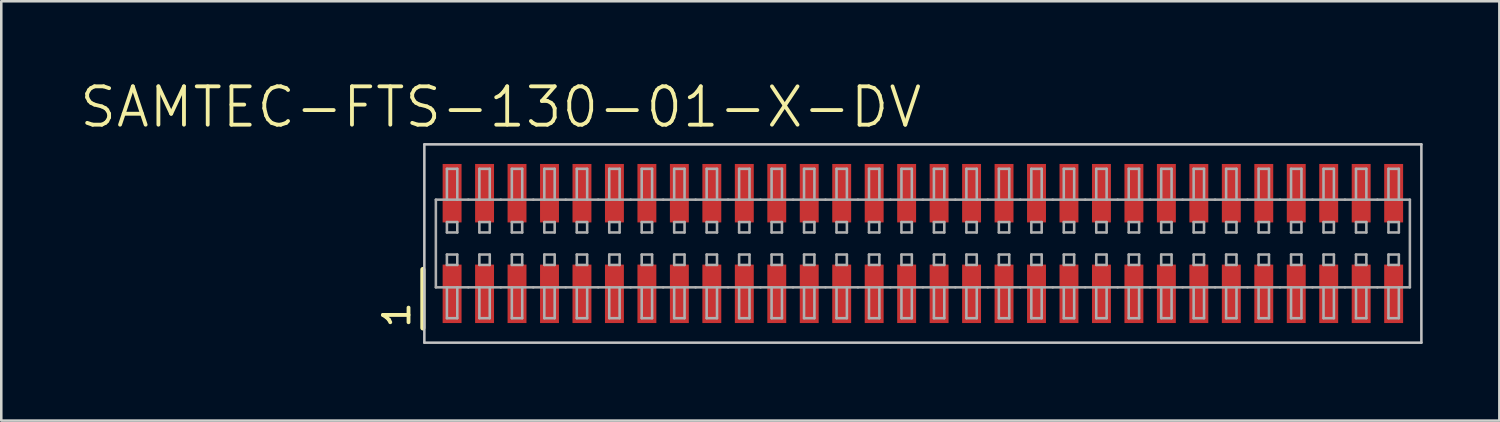
<source format=kicad_pcb>
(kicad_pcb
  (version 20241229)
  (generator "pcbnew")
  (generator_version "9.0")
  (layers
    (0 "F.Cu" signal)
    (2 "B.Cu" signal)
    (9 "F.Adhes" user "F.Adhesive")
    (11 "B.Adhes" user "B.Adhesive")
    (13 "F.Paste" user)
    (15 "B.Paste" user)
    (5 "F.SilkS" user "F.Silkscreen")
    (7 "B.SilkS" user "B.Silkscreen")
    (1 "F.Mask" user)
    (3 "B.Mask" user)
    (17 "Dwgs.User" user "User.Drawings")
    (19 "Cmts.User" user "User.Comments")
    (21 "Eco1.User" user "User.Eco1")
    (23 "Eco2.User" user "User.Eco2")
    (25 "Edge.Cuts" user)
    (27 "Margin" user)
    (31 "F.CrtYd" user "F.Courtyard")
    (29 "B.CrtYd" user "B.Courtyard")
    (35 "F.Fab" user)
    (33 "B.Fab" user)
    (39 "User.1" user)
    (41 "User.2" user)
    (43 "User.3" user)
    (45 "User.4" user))
  (footprint "SAMTEC-FTS-130-01-X-DV"
    (layer "F.Cu")
    (at 33.049 6.475)
    (property "Reference" "SAMTEC-FTS-130-01-X-DV" (at -16.51 -5.334 0) (layer "F.SilkS") (effects (font (size 1.5 1.5) (thickness 0.15))))
    (attr through_hole)
    (fp_line (start -19.558 1.016) (end -19.558 3.302) (stroke (width 0.2) (type solid)) (layer "F.SilkS"))
    (fp_line (start -19.5 -3.878) (end -19.5 3.878) (stroke (width 0.1) (type solid)) (layer "Dwgs.User"))
    (fp_line (start -19.5 3.878) (end 19.5 3.878) (stroke (width 0.1) (type solid)) (layer "Dwgs.User"))
    (fp_line (start 19.5 -3.878) (end -19.5 -3.878) (stroke (width 0.1) (type solid)) (layer "Dwgs.User"))
    (fp_line (start 19.5 3.878) (end 19.5 -3.878) (stroke (width 0.1) (type solid)) (layer "Dwgs.User"))
    (fp_line (start -19.05 -1.714) (end -17.78 -1.714) (stroke (width 0.1) (type solid)) (layer "F.Fab"))
    (fp_line (start -19.05 1.714) (end -19.05 -1.714) (stroke (width 0.1) (type solid)) (layer "F.Fab"))
    (fp_line (start -18.618 -2.921) (end -18.212 -2.921) (stroke (width 0.1) (type solid)) (layer "F.Fab"))
    (fp_line (start -18.618 -1.714) (end -18.618 -2.921) (stroke (width 0.1) (type solid)) (layer "F.Fab"))
    (fp_line (start -18.618 -0.838) (end -18.212 -0.838) (stroke (width 0.1) (type solid)) (layer "F.Fab"))
    (fp_line (start -18.618 -0.432) (end -18.618 -0.838) (stroke (width 0.1) (type solid)) (layer "F.Fab"))
    (fp_line (start -18.618 0.432) (end -18.212 0.432) (stroke (width 0.1) (type solid)) (layer "F.Fab"))
    (fp_line (start -18.618 0.838) (end -18.618 0.432) (stroke (width 0.1) (type solid)) (layer "F.Fab"))
    (fp_line (start -18.618 1.714) (end -18.618 2.921) (stroke (width 0.1) (type solid)) (layer "F.Fab"))
    (fp_line (start -18.618 2.921) (end -18.212 2.921) (stroke (width 0.1) (type solid)) (layer "F.Fab"))
    (fp_line (start -18.212 -2.921) (end -18.212 -1.714) (stroke (width 0.1) (type solid)) (layer "F.Fab"))
    (fp_line (start -18.212 -0.838) (end -18.212 -0.432) (stroke (width 0.1) (type solid)) (layer "F.Fab"))
    (fp_line (start -18.212 -0.432) (end -18.618 -0.432) (stroke (width 0.1) (type solid)) (layer "F.Fab"))
    (fp_line (start -18.212 0.432) (end -18.212 0.838) (stroke (width 0.1) (type solid)) (layer "F.Fab"))
    (fp_line (start -18.212 0.838) (end -18.618 0.838) (stroke (width 0.1) (type solid)) (layer "F.Fab"))
    (fp_line (start -18.212 2.921) (end -18.212 1.714) (stroke (width 0.1) (type solid)) (layer "F.Fab"))
    (fp_line (start -17.78 1.714) (end -19.05 1.714) (stroke (width 0.1) (type solid)) (layer "F.Fab"))
    (fp_line (start -17.78 1.714) (end -16.51 1.714) (stroke (width 0.1) (type solid)) (layer "F.Fab"))
    (fp_line (start -17.348 -2.921) (end -17.348 -1.714) (stroke (width 0.1) (type solid)) (layer "F.Fab"))
    (fp_line (start -17.348 -0.838) (end -17.348 -0.432) (stroke (width 0.1) (type solid)) (layer "F.Fab"))
    (fp_line (start -17.348 -0.432) (end -16.942 -0.432) (stroke (width 0.1) (type solid)) (layer "F.Fab"))
    (fp_line (start -17.348 0.432) (end -17.348 0.838) (stroke (width 0.1) (type solid)) (layer "F.Fab"))
    (fp_line (start -17.348 0.838) (end -16.942 0.838) (stroke (width 0.1) (type solid)) (layer "F.Fab"))
    (fp_line (start -17.348 2.921) (end -17.348 1.714) (stroke (width 0.1) (type solid)) (layer "F.Fab"))
    (fp_line (start -16.942 -2.921) (end -17.348 -2.921) (stroke (width 0.1) (type solid)) (layer "F.Fab"))
    (fp_line (start -16.942 -1.714) (end -16.942 -2.921) (stroke (width 0.1) (type solid)) (layer "F.Fab"))
    (fp_line (start -16.942 -0.838) (end -17.348 -0.838) (stroke (width 0.1) (type solid)) (layer "F.Fab"))
    (fp_line (start -16.942 -0.432) (end -16.942 -0.838) (stroke (width 0.1) (type solid)) (layer "F.Fab"))
    (fp_line (start -16.942 0.432) (end -17.348 0.432) (stroke (width 0.1) (type solid)) (layer "F.Fab"))
    (fp_line (start -16.942 0.838) (end -16.942 0.432) (stroke (width 0.1) (type solid)) (layer "F.Fab"))
    (fp_line (start -16.942 1.714) (end -16.942 2.921) (stroke (width 0.1) (type solid)) (layer "F.Fab"))
    (fp_line (start -16.942 2.921) (end -17.348 2.921) (stroke (width 0.1) (type solid)) (layer "F.Fab"))
    (fp_line (start -16.51 -1.714) (end -17.78 -1.714) (stroke (width 0.1) (type solid)) (layer "F.Fab"))
    (fp_line (start -16.51 1.714) (end -15.24 1.714) (stroke (width 0.1) (type solid)) (layer "F.Fab"))
    (fp_line (start -16.078 -2.921) (end -16.078 -1.714) (stroke (width 0.1) (type solid)) (layer "F.Fab"))
    (fp_line (start -16.078 -0.838) (end -16.078 -0.432) (stroke (width 0.1) (type solid)) (layer "F.Fab"))
    (fp_line (start -16.078 -0.432) (end -15.672 -0.432) (stroke (width 0.1) (type solid)) (layer "F.Fab"))
    (fp_line (start -16.078 0.432) (end -16.078 0.838) (stroke (width 0.1) (type solid)) (layer "F.Fab"))
    (fp_line (start -16.078 0.838) (end -15.672 0.838) (stroke (width 0.1) (type solid)) (layer "F.Fab"))
    (fp_line (start -16.078 2.921) (end -16.078 1.714) (stroke (width 0.1) (type solid)) (layer "F.Fab"))
    (fp_line (start -15.672 -2.921) (end -16.078 -2.921) (stroke (width 0.1) (type solid)) (layer "F.Fab"))
    (fp_line (start -15.672 -1.714) (end -15.672 -2.921) (stroke (width 0.1) (type solid)) (layer "F.Fab"))
    (fp_line (start -15.672 -0.838) (end -16.078 -0.838) (stroke (width 0.1) (type solid)) (layer "F.Fab"))
    (fp_line (start -15.672 -0.432) (end -15.672 -0.838) (stroke (width 0.1) (type solid)) (layer "F.Fab"))
    (fp_line (start -15.672 0.432) (end -16.078 0.432) (stroke (width 0.1) (type solid)) (layer "F.Fab"))
    (fp_line (start -15.672 0.838) (end -15.672 0.432) (stroke (width 0.1) (type solid)) (layer "F.Fab"))
    (fp_line (start -15.672 1.714) (end -15.672 2.921) (stroke (width 0.1) (type solid)) (layer "F.Fab"))
    (fp_line (start -15.672 2.921) (end -16.078 2.921) (stroke (width 0.1) (type solid)) (layer "F.Fab"))
    (fp_line (start -15.24 -1.714) (end -16.51 -1.714) (stroke (width 0.1) (type solid)) (layer "F.Fab"))
    (fp_line (start -15.24 1.714) (end -13.97 1.714) (stroke (width 0.1) (type solid)) (layer "F.Fab"))
    (fp_line (start -14.808 -2.921) (end -14.808 -1.714) (stroke (width 0.1) (type solid)) (layer "F.Fab"))
    (fp_line (start -14.808 -0.838) (end -14.808 -0.432) (stroke (width 0.1) (type solid)) (layer "F.Fab"))
    (fp_line (start -14.808 -0.432) (end -14.402 -0.432) (stroke (width 0.1) (type solid)) (layer "F.Fab"))
    (fp_line (start -14.808 0.432) (end -14.808 0.838) (stroke (width 0.1) (type solid)) (layer "F.Fab"))
    (fp_line (start -14.808 0.838) (end -14.402 0.838) (stroke (width 0.1) (type solid)) (layer "F.Fab"))
    (fp_line (start -14.808 2.921) (end -14.808 1.714) (stroke (width 0.1) (type solid)) (layer "F.Fab"))
    (fp_line (start -14.402 -2.921) (end -14.808 -2.921) (stroke (width 0.1) (type solid)) (layer "F.Fab"))
    (fp_line (start -14.402 -1.714) (end -14.402 -2.921) (stroke (width 0.1) (type solid)) (layer "F.Fab"))
    (fp_line (start -14.402 -0.838) (end -14.808 -0.838) (stroke (width 0.1) (type solid)) (layer "F.Fab"))
    (fp_line (start -14.402 -0.432) (end -14.402 -0.838) (stroke (width 0.1) (type solid)) (layer "F.Fab"))
    (fp_line (start -14.402 0.432) (end -14.808 0.432) (stroke (width 0.1) (type solid)) (layer "F.Fab"))
    (fp_line (start -14.402 0.838) (end -14.402 0.432) (stroke (width 0.1) (type solid)) (layer "F.Fab"))
    (fp_line (start -14.402 1.714) (end -14.402 2.921) (stroke (width 0.1) (type solid)) (layer "F.Fab"))
    (fp_line (start -14.402 2.921) (end -14.808 2.921) (stroke (width 0.1) (type solid)) (layer "F.Fab"))
    (fp_line (start -13.97 -1.714) (end -15.24 -1.714) (stroke (width 0.1) (type solid)) (layer "F.Fab"))
    (fp_line (start -13.97 1.714) (end -12.7 1.714) (stroke (width 0.1) (type solid)) (layer "F.Fab"))
    (fp_line (start -13.538 -2.921) (end -13.538 -1.714) (stroke (width 0.1) (type solid)) (layer "F.Fab"))
    (fp_line (start -13.538 -0.838) (end -13.538 -0.432) (stroke (width 0.1) (type solid)) (layer "F.Fab"))
    (fp_line (start -13.538 -0.432) (end -13.132 -0.432) (stroke (width 0.1) (type solid)) (layer "F.Fab"))
    (fp_line (start -13.538 0.432) (end -13.538 0.838) (stroke (width 0.1) (type solid)) (layer "F.Fab"))
    (fp_line (start -13.538 0.838) (end -13.132 0.838) (stroke (width 0.1) (type solid)) (layer "F.Fab"))
    (fp_line (start -13.538 2.921) (end -13.538 1.714) (stroke (width 0.1) (type solid)) (layer "F.Fab"))
    (fp_line (start -13.132 -2.921) (end -13.538 -2.921) (stroke (width 0.1) (type solid)) (layer "F.Fab"))
    (fp_line (start -13.132 -1.714) (end -13.132 -2.921) (stroke (width 0.1) (type solid)) (layer "F.Fab"))
    (fp_line (start -13.132 -0.838) (end -13.538 -0.838) (stroke (width 0.1) (type solid)) (layer "F.Fab"))
    (fp_line (start -13.132 -0.432) (end -13.132 -0.838) (stroke (width 0.1) (type solid)) (layer "F.Fab"))
    (fp_line (start -13.132 0.432) (end -13.538 0.432) (stroke (width 0.1) (type solid)) (layer "F.Fab"))
    (fp_line (start -13.132 0.838) (end -13.132 0.432) (stroke (width 0.1) (type solid)) (layer "F.Fab"))
    (fp_line (start -13.132 1.714) (end -13.132 2.921) (stroke (width 0.1) (type solid)) (layer "F.Fab"))
    (fp_line (start -13.132 2.921) (end -13.538 2.921) (stroke (width 0.1) (type solid)) (layer "F.Fab"))
    (fp_line (start -12.7 -1.714) (end -13.97 -1.714) (stroke (width 0.1) (type solid)) (layer "F.Fab"))
    (fp_line (start -12.7 1.714) (end -11.43 1.714) (stroke (width 0.1) (type solid)) (layer "F.Fab"))
    (fp_line (start -12.268 -2.921) (end -12.268 -1.714) (stroke (width 0.1) (type solid)) (layer "F.Fab"))
    (fp_line (start -12.268 -0.838) (end -12.268 -0.432) (stroke (width 0.1) (type solid)) (layer "F.Fab"))
    (fp_line (start -12.268 -0.432) (end -11.862 -0.432) (stroke (width 0.1) (type solid)) (layer "F.Fab"))
    (fp_line (start -12.268 0.432) (end -12.268 0.838) (stroke (width 0.1) (type solid)) (layer "F.Fab"))
    (fp_line (start -12.268 0.838) (end -11.862 0.838) (stroke (width 0.1) (type solid)) (layer "F.Fab"))
    (fp_line (start -12.268 2.921) (end -12.268 1.714) (stroke (width 0.1) (type solid)) (layer "F.Fab"))
    (fp_line (start -11.862 -2.921) (end -12.268 -2.921) (stroke (width 0.1) (type solid)) (layer "F.Fab"))
    (fp_line (start -11.862 -1.714) (end -11.862 -2.921) (stroke (width 0.1) (type solid)) (layer "F.Fab"))
    (fp_line (start -11.862 -0.838) (end -12.268 -0.838) (stroke (width 0.1) (type solid)) (layer "F.Fab"))
    (fp_line (start -11.862 -0.432) (end -11.862 -0.838) (stroke (width 0.1) (type solid)) (layer "F.Fab"))
    (fp_line (start -11.862 0.432) (end -12.268 0.432) (stroke (width 0.1) (type solid)) (layer "F.Fab"))
    (fp_line (start -11.862 0.838) (end -11.862 0.432) (stroke (width 0.1) (type solid)) (layer "F.Fab"))
    (fp_line (start -11.862 1.714) (end -11.862 2.921) (stroke (width 0.1) (type solid)) (layer "F.Fab"))
    (fp_line (start -11.862 2.921) (end -12.268 2.921) (stroke (width 0.1) (type solid)) (layer "F.Fab"))
    (fp_line (start -11.43 -1.714) (end -12.7 -1.714) (stroke (width 0.1) (type solid)) (layer "F.Fab"))
    (fp_line (start -11.43 1.714) (end -10.16 1.714) (stroke (width 0.1) (type solid)) (layer "F.Fab"))
    (fp_line (start -10.998 -2.921) (end -10.998 -1.714) (stroke (width 0.1) (type solid)) (layer "F.Fab"))
    (fp_line (start -10.998 -0.838) (end -10.998 -0.432) (stroke (width 0.1) (type solid)) (layer "F.Fab"))
    (fp_line (start -10.998 -0.432) (end -10.592 -0.432) (stroke (width 0.1) (type solid)) (layer "F.Fab"))
    (fp_line (start -10.998 0.432) (end -10.998 0.838) (stroke (width 0.1) (type solid)) (layer "F.Fab"))
    (fp_line (start -10.998 0.838) (end -10.592 0.838) (stroke (width 0.1) (type solid)) (layer "F.Fab"))
    (fp_line (start -10.998 2.921) (end -10.998 1.714) (stroke (width 0.1) (type solid)) (layer "F.Fab"))
    (fp_line (start -10.592 -2.921) (end -10.998 -2.921) (stroke (width 0.1) (type solid)) (layer "F.Fab"))
    (fp_line (start -10.592 -1.714) (end -10.592 -2.921) (stroke (width 0.1) (type solid)) (layer "F.Fab"))
    (fp_line (start -10.592 -0.838) (end -10.998 -0.838) (stroke (width 0.1) (type solid)) (layer "F.Fab"))
    (fp_line (start -10.592 -0.432) (end -10.592 -0.838) (stroke (width 0.1) (type solid)) (layer "F.Fab"))
    (fp_line (start -10.592 0.432) (end -10.998 0.432) (stroke (width 0.1) (type solid)) (layer "F.Fab"))
    (fp_line (start -10.592 0.838) (end -10.592 0.432) (stroke (width 0.1) (type solid)) (layer "F.Fab"))
    (fp_line (start -10.592 1.714) (end -10.592 2.921) (stroke (width 0.1) (type solid)) (layer "F.Fab"))
    (fp_line (start -10.592 2.921) (end -10.998 2.921) (stroke (width 0.1) (type solid)) (layer "F.Fab"))
    (fp_line (start -10.16 -1.714) (end -11.43 -1.714) (stroke (width 0.1) (type solid)) (layer "F.Fab"))
    (fp_line (start -10.16 1.714) (end -8.89 1.714) (stroke (width 0.1) (type solid)) (layer "F.Fab"))
    (fp_line (start -9.728 -2.921) (end -9.728 -1.714) (stroke (width 0.1) (type solid)) (layer "F.Fab"))
    (fp_line (start -9.728 -0.838) (end -9.728 -0.432) (stroke (width 0.1) (type solid)) (layer "F.Fab"))
    (fp_line (start -9.728 -0.432) (end -9.322 -0.432) (stroke (width 0.1) (type solid)) (layer "F.Fab"))
    (fp_line (start -9.728 0.432) (end -9.728 0.838) (stroke (width 0.1) (type solid)) (layer "F.Fab"))
    (fp_line (start -9.728 0.838) (end -9.322 0.838) (stroke (width 0.1) (type solid)) (layer "F.Fab"))
    (fp_line (start -9.728 2.921) (end -9.728 1.714) (stroke (width 0.1) (type solid)) (layer "F.Fab"))
    (fp_line (start -9.322 -2.921) (end -9.728 -2.921) (stroke (width 0.1) (type solid)) (layer "F.Fab"))
    (fp_line (start -9.322 -1.714) (end -9.322 -2.921) (stroke (width 0.1) (type solid)) (layer "F.Fab"))
    (fp_line (start -9.322 -0.838) (end -9.728 -0.838) (stroke (width 0.1) (type solid)) (layer "F.Fab"))
    (fp_line (start -9.322 -0.432) (end -9.322 -0.838) (stroke (width 0.1) (type solid)) (layer "F.Fab"))
    (fp_line (start -9.322 0.432) (end -9.728 0.432) (stroke (width 0.1) (type solid)) (layer "F.Fab"))
    (fp_line (start -9.322 0.838) (end -9.322 0.432) (stroke (width 0.1) (type solid)) (layer "F.Fab"))
    (fp_line (start -9.322 1.714) (end -9.322 2.921) (stroke (width 0.1) (type solid)) (layer "F.Fab"))
    (fp_line (start -9.322 2.921) (end -9.728 2.921) (stroke (width 0.1) (type solid)) (layer "F.Fab"))
    (fp_line (start -8.89 -1.714) (end -10.16 -1.714) (stroke (width 0.1) (type solid)) (layer "F.Fab"))
    (fp_line (start -8.89 1.714) (end -7.62 1.714) (stroke (width 0.1) (type solid)) (layer "F.Fab"))
    (fp_line (start -8.458 -2.921) (end -8.458 -1.714) (stroke (width 0.1) (type solid)) (layer "F.Fab"))
    (fp_line (start -8.458 -0.838) (end -8.458 -0.432) (stroke (width 0.1) (type solid)) (layer "F.Fab"))
    (fp_line (start -8.458 -0.432) (end -8.052 -0.432) (stroke (width 0.1) (type solid)) (layer "F.Fab"))
    (fp_line (start -8.458 0.432) (end -8.458 0.838) (stroke (width 0.1) (type solid)) (layer "F.Fab"))
    (fp_line (start -8.458 0.838) (end -8.052 0.838) (stroke (width 0.1) (type solid)) (layer "F.Fab"))
    (fp_line (start -8.458 2.921) (end -8.458 1.714) (stroke (width 0.1) (type solid)) (layer "F.Fab"))
    (fp_line (start -8.052 -2.921) (end -8.458 -2.921) (stroke (width 0.1) (type solid)) (layer "F.Fab"))
    (fp_line (start -8.052 -1.714) (end -8.052 -2.921) (stroke (width 0.1) (type solid)) (layer "F.Fab"))
    (fp_line (start -8.052 -0.838) (end -8.458 -0.838) (stroke (width 0.1) (type solid)) (layer "F.Fab"))
    (fp_line (start -8.052 -0.432) (end -8.052 -0.838) (stroke (width 0.1) (type solid)) (layer "F.Fab"))
    (fp_line (start -8.052 0.432) (end -8.458 0.432) (stroke (width 0.1) (type solid)) (layer "F.Fab"))
    (fp_line (start -8.052 0.838) (end -8.052 0.432) (stroke (width 0.1) (type solid)) (layer "F.Fab"))
    (fp_line (start -8.052 1.714) (end -8.052 2.921) (stroke (width 0.1) (type solid)) (layer "F.Fab"))
    (fp_line (start -8.052 2.921) (end -8.458 2.921) (stroke (width 0.1) (type solid)) (layer "F.Fab"))
    (fp_line (start -7.62 -1.714) (end -8.89 -1.714) (stroke (width 0.1) (type solid)) (layer "F.Fab"))
    (fp_line (start -7.62 1.714) (end -6.35 1.714) (stroke (width 0.1) (type solid)) (layer "F.Fab"))
    (fp_line (start -7.188 -2.921) (end -7.188 -1.714) (stroke (width 0.1) (type solid)) (layer "F.Fab"))
    (fp_line (start -7.188 -0.838) (end -7.188 -0.432) (stroke (width 0.1) (type solid)) (layer "F.Fab"))
    (fp_line (start -7.188 -0.432) (end -6.782 -0.432) (stroke (width 0.1) (type solid)) (layer "F.Fab"))
    (fp_line (start -7.188 0.432) (end -7.188 0.838) (stroke (width 0.1) (type solid)) (layer "F.Fab"))
    (fp_line (start -7.188 0.838) (end -6.782 0.838) (stroke (width 0.1) (type solid)) (layer "F.Fab"))
    (fp_line (start -7.188 2.921) (end -7.188 1.714) (stroke (width 0.1) (type solid)) (layer "F.Fab"))
    (fp_line (start -6.782 -2.921) (end -7.188 -2.921) (stroke (width 0.1) (type solid)) (layer "F.Fab"))
    (fp_line (start -6.782 -1.714) (end -6.782 -2.921) (stroke (width 0.1) (type solid)) (layer "F.Fab"))
    (fp_line (start -6.782 -0.838) (end -7.188 -0.838) (stroke (width 0.1) (type solid)) (layer "F.Fab"))
    (fp_line (start -6.782 -0.432) (end -6.782 -0.838) (stroke (width 0.1) (type solid)) (layer "F.Fab"))
    (fp_line (start -6.782 0.432) (end -7.188 0.432) (stroke (width 0.1) (type solid)) (layer "F.Fab"))
    (fp_line (start -6.782 0.838) (end -6.782 0.432) (stroke (width 0.1) (type solid)) (layer "F.Fab"))
    (fp_line (start -6.782 1.714) (end -6.782 2.921) (stroke (width 0.1) (type solid)) (layer "F.Fab"))
    (fp_line (start -6.782 2.921) (end -7.188 2.921) (stroke (width 0.1) (type solid)) (layer "F.Fab"))
    (fp_line (start -6.35 -1.714) (end -7.62 -1.714) (stroke (width 0.1) (type solid)) (layer "F.Fab"))
    (fp_line (start -6.35 1.714) (end -5.08 1.714) (stroke (width 0.1) (type solid)) (layer "F.Fab"))
    (fp_line (start -5.918 -2.921) (end -5.918 -1.714) (stroke (width 0.1) (type solid)) (layer "F.Fab"))
    (fp_line (start -5.918 -0.838) (end -5.918 -0.432) (stroke (width 0.1) (type solid)) (layer "F.Fab"))
    (fp_line (start -5.918 -0.432) (end -5.512 -0.432) (stroke (width 0.1) (type solid)) (layer "F.Fab"))
    (fp_line (start -5.918 0.432) (end -5.918 0.838) (stroke (width 0.1) (type solid)) (layer "F.Fab"))
    (fp_line (start -5.918 0.838) (end -5.512 0.838) (stroke (width 0.1) (type solid)) (layer "F.Fab"))
    (fp_line (start -5.918 2.921) (end -5.918 1.714) (stroke (width 0.1) (type solid)) (layer "F.Fab"))
    (fp_line (start -5.512 -2.921) (end -5.918 -2.921) (stroke (width 0.1) (type solid)) (layer "F.Fab"))
    (fp_line (start -5.512 -1.714) (end -5.512 -2.921) (stroke (width 0.1) (type solid)) (layer "F.Fab"))
    (fp_line (start -5.512 -0.838) (end -5.918 -0.838) (stroke (width 0.1) (type solid)) (layer "F.Fab"))
    (fp_line (start -5.512 -0.432) (end -5.512 -0.838) (stroke (width 0.1) (type solid)) (layer "F.Fab"))
    (fp_line (start -5.512 0.432) (end -5.918 0.432) (stroke (width 0.1) (type solid)) (layer "F.Fab"))
    (fp_line (start -5.512 0.838) (end -5.512 0.432) (stroke (width 0.1) (type solid)) (layer "F.Fab"))
    (fp_line (start -5.512 1.714) (end -5.512 2.921) (stroke (width 0.1) (type solid)) (layer "F.Fab"))
    (fp_line (start -5.512 2.921) (end -5.918 2.921) (stroke (width 0.1) (type solid)) (layer "F.Fab"))
    (fp_line (start -5.08 -1.714) (end -6.35 -1.714) (stroke (width 0.1) (type solid)) (layer "F.Fab"))
    (fp_line (start -5.08 1.714) (end -3.81 1.714) (stroke (width 0.1) (type solid)) (layer "F.Fab"))
    (fp_line (start -4.648 -2.921) (end -4.648 -1.714) (stroke (width 0.1) (type solid)) (layer "F.Fab"))
    (fp_line (start -4.648 -0.838) (end -4.648 -0.432) (stroke (width 0.1) (type solid)) (layer "F.Fab"))
    (fp_line (start -4.648 -0.432) (end -4.242 -0.432) (stroke (width 0.1) (type solid)) (layer "F.Fab"))
    (fp_line (start -4.648 0.432) (end -4.648 0.838) (stroke (width 0.1) (type solid)) (layer "F.Fab"))
    (fp_line (start -4.648 0.838) (end -4.242 0.838) (stroke (width 0.1) (type solid)) (layer "F.Fab"))
    (fp_line (start -4.648 2.921) (end -4.648 1.714) (stroke (width 0.1) (type solid)) (layer "F.Fab"))
    (fp_line (start -4.242 -2.921) (end -4.648 -2.921) (stroke (width 0.1) (type solid)) (layer "F.Fab"))
    (fp_line (start -4.242 -1.714) (end -4.242 -2.921) (stroke (width 0.1) (type solid)) (layer "F.Fab"))
    (fp_line (start -4.242 -0.838) (end -4.648 -0.838) (stroke (width 0.1) (type solid)) (layer "F.Fab"))
    (fp_line (start -4.242 -0.432) (end -4.242 -0.838) (stroke (width 0.1) (type solid)) (layer "F.Fab"))
    (fp_line (start -4.242 0.432) (end -4.648 0.432) (stroke (width 0.1) (type solid)) (layer "F.Fab"))
    (fp_line (start -4.242 0.838) (end -4.242 0.432) (stroke (width 0.1) (type solid)) (layer "F.Fab"))
    (fp_line (start -4.242 1.714) (end -4.242 2.921) (stroke (width 0.1) (type solid)) (layer "F.Fab"))
    (fp_line (start -4.242 2.921) (end -4.648 2.921) (stroke (width 0.1) (type solid)) (layer "F.Fab"))
    (fp_line (start -3.81 -1.714) (end -5.08 -1.714) (stroke (width 0.1) (type solid)) (layer "F.Fab"))
    (fp_line (start -3.81 1.714) (end -2.54 1.714) (stroke (width 0.1) (type solid)) (layer "F.Fab"))
    (fp_line (start -3.378 -2.921) (end -3.378 -1.714) (stroke (width 0.1) (type solid)) (layer "F.Fab"))
    (fp_line (start -3.378 -0.838) (end -3.378 -0.432) (stroke (width 0.1) (type solid)) (layer "F.Fab"))
    (fp_line (start -3.378 -0.432) (end -2.972 -0.432) (stroke (width 0.1) (type solid)) (layer "F.Fab"))
    (fp_line (start -3.378 0.432) (end -3.378 0.838) (stroke (width 0.1) (type solid)) (layer "F.Fab"))
    (fp_line (start -3.378 0.838) (end -2.972 0.838) (stroke (width 0.1) (type solid)) (layer "F.Fab"))
    (fp_line (start -3.378 2.921) (end -3.378 1.714) (stroke (width 0.1) (type solid)) (layer "F.Fab"))
    (fp_line (start -2.972 -2.921) (end -3.378 -2.921) (stroke (width 0.1) (type solid)) (layer "F.Fab"))
    (fp_line (start -2.972 -1.714) (end -2.972 -2.921) (stroke (width 0.1) (type solid)) (layer "F.Fab"))
    (fp_line (start -2.972 -0.838) (end -3.378 -0.838) (stroke (width 0.1) (type solid)) (layer "F.Fab"))
    (fp_line (start -2.972 -0.432) (end -2.972 -0.838) (stroke (width 0.1) (type solid)) (layer "F.Fab"))
    (fp_line (start -2.972 0.432) (end -3.378 0.432) (stroke (width 0.1) (type solid)) (layer "F.Fab"))
    (fp_line (start -2.972 0.838) (end -2.972 0.432) (stroke (width 0.1) (type solid)) (layer "F.Fab"))
    (fp_line (start -2.972 1.714) (end -2.972 2.921) (stroke (width 0.1) (type solid)) (layer "F.Fab"))
    (fp_line (start -2.972 2.921) (end -3.378 2.921) (stroke (width 0.1) (type solid)) (layer "F.Fab"))
    (fp_line (start -2.54 -1.714) (end -3.81 -1.714) (stroke (width 0.1) (type solid)) (layer "F.Fab"))
    (fp_line (start -2.54 1.714) (end -1.27 1.714) (stroke (width 0.1) (type solid)) (layer "F.Fab"))
    (fp_line (start -2.108 -2.921) (end -2.108 -1.714) (stroke (width 0.1) (type solid)) (layer "F.Fab"))
    (fp_line (start -2.108 -0.838) (end -2.108 -0.432) (stroke (width 0.1) (type solid)) (layer "F.Fab"))
    (fp_line (start -2.108 -0.432) (end -1.702 -0.432) (stroke (width 0.1) (type solid)) (layer "F.Fab"))
    (fp_line (start -2.108 0.432) (end -2.108 0.838) (stroke (width 0.1) (type solid)) (layer "F.Fab"))
    (fp_line (start -2.108 0.838) (end -1.702 0.838) (stroke (width 0.1) (type solid)) (layer "F.Fab"))
    (fp_line (start -2.108 2.921) (end -2.108 1.714) (stroke (width 0.1) (type solid)) (layer "F.Fab"))
    (fp_line (start -1.702 -2.921) (end -2.108 -2.921) (stroke (width 0.1) (type solid)) (layer "F.Fab"))
    (fp_line (start -1.702 -1.714) (end -1.702 -2.921) (stroke (width 0.1) (type solid)) (layer "F.Fab"))
    (fp_line (start -1.702 -0.838) (end -2.108 -0.838) (stroke (width 0.1) (type solid)) (layer "F.Fab"))
    (fp_line (start -1.702 -0.432) (end -1.702 -0.838) (stroke (width 0.1) (type solid)) (layer "F.Fab"))
    (fp_line (start -1.702 0.432) (end -2.108 0.432) (stroke (width 0.1) (type solid)) (layer "F.Fab"))
    (fp_line (start -1.702 0.838) (end -1.702 0.432) (stroke (width 0.1) (type solid)) (layer "F.Fab"))
    (fp_line (start -1.702 1.714) (end -1.702 2.921) (stroke (width 0.1) (type solid)) (layer "F.Fab"))
    (fp_line (start -1.702 2.921) (end -2.108 2.921) (stroke (width 0.1) (type solid)) (layer "F.Fab"))
    (fp_line (start -1.27 -1.714) (end -2.54 -1.714) (stroke (width 0.1) (type solid)) (layer "F.Fab"))
    (fp_line (start -1.27 1.714) (end 0 1.714) (stroke (width 0.1) (type solid)) (layer "F.Fab"))
    (fp_line (start -0.838 -2.921) (end -0.838 -1.714) (stroke (width 0.1) (type solid)) (layer "F.Fab"))
    (fp_line (start -0.838 -0.838) (end -0.838 -0.432) (stroke (width 0.1) (type solid)) (layer "F.Fab"))
    (fp_line (start -0.838 -0.432) (end -0.432 -0.432) (stroke (width 0.1) (type solid)) (layer "F.Fab"))
    (fp_line (start -0.838 0.432) (end -0.838 0.838) (stroke (width 0.1) (type solid)) (layer "F.Fab"))
    (fp_line (start -0.838 0.838) (end -0.432 0.838) (stroke (width 0.1) (type solid)) (layer "F.Fab"))
    (fp_line (start -0.838 2.921) (end -0.838 1.714) (stroke (width 0.1) (type solid)) (layer "F.Fab"))
    (fp_line (start -0.432 -2.921) (end -0.838 -2.921) (stroke (width 0.1) (type solid)) (layer "F.Fab"))
    (fp_line (start -0.432 -1.714) (end -0.432 -2.921) (stroke (width 0.1) (type solid)) (layer "F.Fab"))
    (fp_line (start -0.432 -0.838) (end -0.838 -0.838) (stroke (width 0.1) (type solid)) (layer "F.Fab"))
    (fp_line (start -0.432 -0.432) (end -0.432 -0.838) (stroke (width 0.1) (type solid)) (layer "F.Fab"))
    (fp_line (start -0.432 0.432) (end -0.838 0.432) (stroke (width 0.1) (type solid)) (layer "F.Fab"))
    (fp_line (start -0.432 0.838) (end -0.432 0.432) (stroke (width 0.1) (type solid)) (layer "F.Fab"))
    (fp_line (start -0.432 1.714) (end -0.432 2.921) (stroke (width 0.1) (type solid)) (layer "F.Fab"))
    (fp_line (start -0.432 2.921) (end -0.838 2.921) (stroke (width 0.1) (type solid)) (layer "F.Fab"))
    (fp_line (start 0 -1.714) (end -1.27 -1.714) (stroke (width 0.1) (type solid)) (layer "F.Fab"))
    (fp_line (start 0 1.714) (end 1.27 1.714) (stroke (width 0.1) (type solid)) (layer "F.Fab"))
    (fp_line (start 0.432 -2.921) (end 0.432 -1.714) (stroke (width 0.1) (type solid)) (layer "F.Fab"))
    (fp_line (start 0.432 -0.838) (end 0.432 -0.432) (stroke (width 0.1) (type solid)) (layer "F.Fab"))
    (fp_line (start 0.432 -0.432) (end 0.838 -0.432) (stroke (width 0.1) (type solid)) (layer "F.Fab"))
    (fp_line (start 0.432 0.432) (end 0.432 0.838) (stroke (width 0.1) (type solid)) (layer "F.Fab"))
    (fp_line (start 0.432 0.838) (end 0.838 0.838) (stroke (width 0.1) (type solid)) (layer "F.Fab"))
    (fp_line (start 0.432 2.921) (end 0.432 1.714) (stroke (width 0.1) (type solid)) (layer "F.Fab"))
    (fp_line (start 0.838 -2.921) (end 0.432 -2.921) (stroke (width 0.1) (type solid)) (layer "F.Fab"))
    (fp_line (start 0.838 -1.714) (end 0.838 -2.921) (stroke (width 0.1) (type solid)) (layer "F.Fab"))
    (fp_line (start 0.838 -0.838) (end 0.432 -0.838) (stroke (width 0.1) (type solid)) (layer "F.Fab"))
    (fp_line (start 0.838 -0.432) (end 0.838 -0.838) (stroke (width 0.1) (type solid)) (layer "F.Fab"))
    (fp_line (start 0.838 0.432) (end 0.432 0.432) (stroke (width 0.1) (type solid)) (layer "F.Fab"))
    (fp_line (start 0.838 0.838) (end 0.838 0.432) (stroke (width 0.1) (type solid)) (layer "F.Fab"))
    (fp_line (start 0.838 1.714) (end 0.838 2.921) (stroke (width 0.1) (type solid)) (layer "F.Fab"))
    (fp_line (start 0.838 2.921) (end 0.432 2.921) (stroke (width 0.1) (type solid)) (layer "F.Fab"))
    (fp_line (start 1.27 -1.714) (end 0 -1.714) (stroke (width 0.1) (type solid)) (layer "F.Fab"))
    (fp_line (start 1.27 1.714) (end 2.54 1.714) (stroke (width 0.1) (type solid)) (layer "F.Fab"))
    (fp_line (start 1.702 -2.921) (end 1.702 -1.714) (stroke (width 0.1) (type solid)) (layer "F.Fab"))
    (fp_line (start 1.702 -0.838) (end 1.702 -0.432) (stroke (width 0.1) (type solid)) (layer "F.Fab"))
    (fp_line (start 1.702 -0.432) (end 2.108 -0.432) (stroke (width 0.1) (type solid)) (layer "F.Fab"))
    (fp_line (start 1.702 0.432) (end 1.702 0.838) (stroke (width 0.1) (type solid)) (layer "F.Fab"))
    (fp_line (start 1.702 0.838) (end 2.108 0.838) (stroke (width 0.1) (type solid)) (layer "F.Fab"))
    (fp_line (start 1.702 2.921) (end 1.702 1.714) (stroke (width 0.1) (type solid)) (layer "F.Fab"))
    (fp_line (start 2.108 -2.921) (end 1.702 -2.921) (stroke (width 0.1) (type solid)) (layer "F.Fab"))
    (fp_line (start 2.108 -1.714) (end 2.108 -2.921) (stroke (width 0.1) (type solid)) (layer "F.Fab"))
    (fp_line (start 2.108 -0.838) (end 1.702 -0.838) (stroke (width 0.1) (type solid)) (layer "F.Fab"))
    (fp_line (start 2.108 -0.432) (end 2.108 -0.838) (stroke (width 0.1) (type solid)) (layer "F.Fab"))
    (fp_line (start 2.108 0.432) (end 1.702 0.432) (stroke (width 0.1) (type solid)) (layer "F.Fab"))
    (fp_line (start 2.108 0.838) (end 2.108 0.432) (stroke (width 0.1) (type solid)) (layer "F.Fab"))
    (fp_line (start 2.108 1.714) (end 2.108 2.921) (stroke (width 0.1) (type solid)) (layer "F.Fab"))
    (fp_line (start 2.108 2.921) (end 1.702 2.921) (stroke (width 0.1) (type solid)) (layer "F.Fab"))
    (fp_line (start 2.54 -1.714) (end 1.27 -1.714) (stroke (width 0.1) (type solid)) (layer "F.Fab"))
    (fp_line (start 2.54 1.714) (end 3.81 1.714) (stroke (width 0.1) (type solid)) (layer "F.Fab"))
    (fp_line (start 2.972 -2.921) (end 2.972 -1.714) (stroke (width 0.1) (type solid)) (layer "F.Fab"))
    (fp_line (start 2.972 -0.838) (end 2.972 -0.432) (stroke (width 0.1) (type solid)) (layer "F.Fab"))
    (fp_line (start 2.972 -0.432) (end 3.378 -0.432) (stroke (width 0.1) (type solid)) (layer "F.Fab"))
    (fp_line (start 2.972 0.432) (end 2.972 0.838) (stroke (width 0.1) (type solid)) (layer "F.Fab"))
    (fp_line (start 2.972 0.838) (end 3.378 0.838) (stroke (width 0.1) (type solid)) (layer "F.Fab"))
    (fp_line (start 2.972 2.921) (end 2.972 1.714) (stroke (width 0.1) (type solid)) (layer "F.Fab"))
    (fp_line (start 3.378 -2.921) (end 2.972 -2.921) (stroke (width 0.1) (type solid)) (layer "F.Fab"))
    (fp_line (start 3.378 -1.714) (end 3.378 -2.921) (stroke (width 0.1) (type solid)) (layer "F.Fab"))
    (fp_line (start 3.378 -0.838) (end 2.972 -0.838) (stroke (width 0.1) (type solid)) (layer "F.Fab"))
    (fp_line (start 3.378 -0.432) (end 3.378 -0.838) (stroke (width 0.1) (type solid)) (layer "F.Fab"))
    (fp_line (start 3.378 0.432) (end 2.972 0.432) (stroke (width 0.1) (type solid)) (layer "F.Fab"))
    (fp_line (start 3.378 0.838) (end 3.378 0.432) (stroke (width 0.1) (type solid)) (layer "F.Fab"))
    (fp_line (start 3.378 1.714) (end 3.378 2.921) (stroke (width 0.1) (type solid)) (layer "F.Fab"))
    (fp_line (start 3.378 2.921) (end 2.972 2.921) (stroke (width 0.1) (type solid)) (layer "F.Fab"))
    (fp_line (start 3.81 -1.714) (end 2.54 -1.714) (stroke (width 0.1) (type solid)) (layer "F.Fab"))
    (fp_line (start 3.81 1.714) (end 5.08 1.714) (stroke (width 0.1) (type solid)) (layer "F.Fab"))
    (fp_line (start 4.242 -2.921) (end 4.242 -1.714) (stroke (width 0.1) (type solid)) (layer "F.Fab"))
    (fp_line (start 4.242 -0.838) (end 4.242 -0.432) (stroke (width 0.1) (type solid)) (layer "F.Fab"))
    (fp_line (start 4.242 -0.432) (end 4.648 -0.432) (stroke (width 0.1) (type solid)) (layer "F.Fab"))
    (fp_line (start 4.242 0.432) (end 4.242 0.838) (stroke (width 0.1) (type solid)) (layer "F.Fab"))
    (fp_line (start 4.242 0.838) (end 4.648 0.838) (stroke (width 0.1) (type solid)) (layer "F.Fab"))
    (fp_line (start 4.242 2.921) (end 4.242 1.714) (stroke (width 0.1) (type solid)) (layer "F.Fab"))
    (fp_line (start 4.648 -2.921) (end 4.242 -2.921) (stroke (width 0.1) (type solid)) (layer "F.Fab"))
    (fp_line (start 4.648 -1.714) (end 4.648 -2.921) (stroke (width 0.1) (type solid)) (layer "F.Fab"))
    (fp_line (start 4.648 -0.838) (end 4.242 -0.838) (stroke (width 0.1) (type solid)) (layer "F.Fab"))
    (fp_line (start 4.648 -0.432) (end 4.648 -0.838) (stroke (width 0.1) (type solid)) (layer "F.Fab"))
    (fp_line (start 4.648 0.432) (end 4.242 0.432) (stroke (width 0.1) (type solid)) (layer "F.Fab"))
    (fp_line (start 4.648 0.838) (end 4.648 0.432) (stroke (width 0.1) (type solid)) (layer "F.Fab"))
    (fp_line (start 4.648 1.714) (end 4.648 2.921) (stroke (width 0.1) (type solid)) (layer "F.Fab"))
    (fp_line (start 4.648 2.921) (end 4.242 2.921) (stroke (width 0.1) (type solid)) (layer "F.Fab"))
    (fp_line (start 5.08 -1.714) (end 3.81 -1.714) (stroke (width 0.1) (type solid)) (layer "F.Fab"))
    (fp_line (start 5.08 1.714) (end 6.35 1.714) (stroke (width 0.1) (type solid)) (layer "F.Fab"))
    (fp_line (start 5.512 -2.921) (end 5.512 -1.714) (stroke (width 0.1) (type solid)) (layer "F.Fab"))
    (fp_line (start 5.512 -0.838) (end 5.512 -0.432) (stroke (width 0.1) (type solid)) (layer "F.Fab"))
    (fp_line (start 5.512 -0.432) (end 5.918 -0.432) (stroke (width 0.1) (type solid)) (layer "F.Fab"))
    (fp_line (start 5.512 0.432) (end 5.512 0.838) (stroke (width 0.1) (type solid)) (layer "F.Fab"))
    (fp_line (start 5.512 0.838) (end 5.918 0.838) (stroke (width 0.1) (type solid)) (layer "F.Fab"))
    (fp_line (start 5.512 2.921) (end 5.512 1.714) (stroke (width 0.1) (type solid)) (layer "F.Fab"))
    (fp_line (start 5.918 -2.921) (end 5.512 -2.921) (stroke (width 0.1) (type solid)) (layer "F.Fab"))
    (fp_line (start 5.918 -1.714) (end 5.918 -2.921) (stroke (width 0.1) (type solid)) (layer "F.Fab"))
    (fp_line (start 5.918 -0.838) (end 5.512 -0.838) (stroke (width 0.1) (type solid)) (layer "F.Fab"))
    (fp_line (start 5.918 -0.432) (end 5.918 -0.838) (stroke (width 0.1) (type solid)) (layer "F.Fab"))
    (fp_line (start 5.918 0.432) (end 5.512 0.432) (stroke (width 0.1) (type solid)) (layer "F.Fab"))
    (fp_line (start 5.918 0.838) (end 5.918 0.432) (stroke (width 0.1) (type solid)) (layer "F.Fab"))
    (fp_line (start 5.918 1.714) (end 5.918 2.921) (stroke (width 0.1) (type solid)) (layer "F.Fab"))
    (fp_line (start 5.918 2.921) (end 5.512 2.921) (stroke (width 0.1) (type solid)) (layer "F.Fab"))
    (fp_line (start 6.35 -1.714) (end 5.08 -1.714) (stroke (width 0.1) (type solid)) (layer "F.Fab"))
    (fp_line (start 6.35 1.714) (end 7.62 1.714) (stroke (width 0.1) (type solid)) (layer "F.Fab"))
    (fp_line (start 6.782 -2.921) (end 6.782 -1.714) (stroke (width 0.1) (type solid)) (layer "F.Fab"))
    (fp_line (start 6.782 -0.838) (end 6.782 -0.432) (stroke (width 0.1) (type solid)) (layer "F.Fab"))
    (fp_line (start 6.782 -0.432) (end 7.188 -0.432) (stroke (width 0.1) (type solid)) (layer "F.Fab"))
    (fp_line (start 6.782 0.432) (end 6.782 0.838) (stroke (width 0.1) (type solid)) (layer "F.Fab"))
    (fp_line (start 6.782 0.838) (end 7.188 0.838) (stroke (width 0.1) (type solid)) (layer "F.Fab"))
    (fp_line (start 6.782 2.921) (end 6.782 1.714) (stroke (width 0.1) (type solid)) (layer "F.Fab"))
    (fp_line (start 7.188 -2.921) (end 6.782 -2.921) (stroke (width 0.1) (type solid)) (layer "F.Fab"))
    (fp_line (start 7.188 -1.714) (end 7.188 -2.921) (stroke (width 0.1) (type solid)) (layer "F.Fab"))
    (fp_line (start 7.188 -0.838) (end 6.782 -0.838) (stroke (width 0.1) (type solid)) (layer "F.Fab"))
    (fp_line (start 7.188 -0.432) (end 7.188 -0.838) (stroke (width 0.1) (type solid)) (layer "F.Fab"))
    (fp_line (start 7.188 0.432) (end 6.782 0.432) (stroke (width 0.1) (type solid)) (layer "F.Fab"))
    (fp_line (start 7.188 0.838) (end 7.188 0.432) (stroke (width 0.1) (type solid)) (layer "F.Fab"))
    (fp_line (start 7.188 1.714) (end 7.188 2.921) (stroke (width 0.1) (type solid)) (layer "F.Fab"))
    (fp_line (start 7.188 2.921) (end 6.782 2.921) (stroke (width 0.1) (type solid)) (layer "F.Fab"))
    (fp_line (start 7.62 -1.714) (end 6.35 -1.714) (stroke (width 0.1) (type solid)) (layer "F.Fab"))
    (fp_line (start 7.62 1.714) (end 8.89 1.714) (stroke (width 0.1) (type solid)) (layer "F.Fab"))
    (fp_line (start 8.052 -2.921) (end 8.052 -1.714) (stroke (width 0.1) (type solid)) (layer "F.Fab"))
    (fp_line (start 8.052 -0.838) (end 8.052 -0.432) (stroke (width 0.1) (type solid)) (layer "F.Fab"))
    (fp_line (start 8.052 -0.432) (end 8.458 -0.432) (stroke (width 0.1) (type solid)) (layer "F.Fab"))
    (fp_line (start 8.052 0.432) (end 8.052 0.838) (stroke (width 0.1) (type solid)) (layer "F.Fab"))
    (fp_line (start 8.052 0.838) (end 8.458 0.838) (stroke (width 0.1) (type solid)) (layer "F.Fab"))
    (fp_line (start 8.052 2.921) (end 8.052 1.714) (stroke (width 0.1) (type solid)) (layer "F.Fab"))
    (fp_line (start 8.458 -2.921) (end 8.052 -2.921) (stroke (width 0.1) (type solid)) (layer "F.Fab"))
    (fp_line (start 8.458 -1.714) (end 8.458 -2.921) (stroke (width 0.1) (type solid)) (layer "F.Fab"))
    (fp_line (start 8.458 -0.838) (end 8.052 -0.838) (stroke (width 0.1) (type solid)) (layer "F.Fab"))
    (fp_line (start 8.458 -0.432) (end 8.458 -0.838) (stroke (width 0.1) (type solid)) (layer "F.Fab"))
    (fp_line (start 8.458 0.432) (end 8.052 0.432) (stroke (width 0.1) (type solid)) (layer "F.Fab"))
    (fp_line (start 8.458 0.838) (end 8.458 0.432) (stroke (width 0.1) (type solid)) (layer "F.Fab"))
    (fp_line (start 8.458 1.714) (end 8.458 2.921) (stroke (width 0.1) (type solid)) (layer "F.Fab"))
    (fp_line (start 8.458 2.921) (end 8.052 2.921) (stroke (width 0.1) (type solid)) (layer "F.Fab"))
    (fp_line (start 8.89 -1.714) (end 7.62 -1.714) (stroke (width 0.1) (type solid)) (layer "F.Fab"))
    (fp_line (start 8.89 1.714) (end 10.16 1.714) (stroke (width 0.1) (type solid)) (layer "F.Fab"))
    (fp_line (start 9.322 -2.921) (end 9.322 -1.714) (stroke (width 0.1) (type solid)) (layer "F.Fab"))
    (fp_line (start 9.322 -0.838) (end 9.322 -0.432) (stroke (width 0.1) (type solid)) (layer "F.Fab"))
    (fp_line (start 9.322 -0.432) (end 9.728 -0.432) (stroke (width 0.1) (type solid)) (layer "F.Fab"))
    (fp_line (start 9.322 0.432) (end 9.322 0.838) (stroke (width 0.1) (type solid)) (layer "F.Fab"))
    (fp_line (start 9.322 0.838) (end 9.728 0.838) (stroke (width 0.1) (type solid)) (layer "F.Fab"))
    (fp_line (start 9.322 2.921) (end 9.322 1.714) (stroke (width 0.1) (type solid)) (layer "F.Fab"))
    (fp_line (start 9.728 -2.921) (end 9.322 -2.921) (stroke (width 0.1) (type solid)) (layer "F.Fab"))
    (fp_line (start 9.728 -1.714) (end 9.728 -2.921) (stroke (width 0.1) (type solid)) (layer "F.Fab"))
    (fp_line (start 9.728 -0.838) (end 9.322 -0.838) (stroke (width 0.1) (type solid)) (layer "F.Fab"))
    (fp_line (start 9.728 -0.432) (end 9.728 -0.838) (stroke (width 0.1) (type solid)) (layer "F.Fab"))
    (fp_line (start 9.728 0.432) (end 9.322 0.432) (stroke (width 0.1) (type solid)) (layer "F.Fab"))
    (fp_line (start 9.728 0.838) (end 9.728 0.432) (stroke (width 0.1) (type solid)) (layer "F.Fab"))
    (fp_line (start 9.728 1.714) (end 9.728 2.921) (stroke (width 0.1) (type solid)) (layer "F.Fab"))
    (fp_line (start 9.728 2.921) (end 9.322 2.921) (stroke (width 0.1) (type solid)) (layer "F.Fab"))
    (fp_line (start 10.16 -1.714) (end 8.89 -1.714) (stroke (width 0.1) (type solid)) (layer "F.Fab"))
    (fp_line (start 10.16 1.714) (end 11.43 1.714) (stroke (width 0.1) (type solid)) (layer "F.Fab"))
    (fp_line (start 10.592 -2.921) (end 10.592 -1.714) (stroke (width 0.1) (type solid)) (layer "F.Fab"))
    (fp_line (start 10.592 -0.838) (end 10.592 -0.432) (stroke (width 0.1) (type solid)) (layer "F.Fab"))
    (fp_line (start 10.592 -0.432) (end 10.998 -0.432) (stroke (width 0.1) (type solid)) (layer "F.Fab"))
    (fp_line (start 10.592 0.432) (end 10.592 0.838) (stroke (width 0.1) (type solid)) (layer "F.Fab"))
    (fp_line (start 10.592 0.838) (end 10.998 0.838) (stroke (width 0.1) (type solid)) (layer "F.Fab"))
    (fp_line (start 10.592 2.921) (end 10.592 1.714) (stroke (width 0.1) (type solid)) (layer "F.Fab"))
    (fp_line (start 10.998 -2.921) (end 10.592 -2.921) (stroke (width 0.1) (type solid)) (layer "F.Fab"))
    (fp_line (start 10.998 -1.714) (end 10.998 -2.921) (stroke (width 0.1) (type solid)) (layer "F.Fab"))
    (fp_line (start 10.998 -0.838) (end 10.592 -0.838) (stroke (width 0.1) (type solid)) (layer "F.Fab"))
    (fp_line (start 10.998 -0.432) (end 10.998 -0.838) (stroke (width 0.1) (type solid)) (layer "F.Fab"))
    (fp_line (start 10.998 0.432) (end 10.592 0.432) (stroke (width 0.1) (type solid)) (layer "F.Fab"))
    (fp_line (start 10.998 0.838) (end 10.998 0.432) (stroke (width 0.1) (type solid)) (layer "F.Fab"))
    (fp_line (start 10.998 1.714) (end 10.998 2.921) (stroke (width 0.1) (type solid)) (layer "F.Fab"))
    (fp_line (start 10.998 2.921) (end 10.592 2.921) (stroke (width 0.1) (type solid)) (layer "F.Fab"))
    (fp_line (start 11.43 -1.714) (end 10.16 -1.714) (stroke (width 0.1) (type solid)) (layer "F.Fab"))
    (fp_line (start 11.43 1.714) (end 12.7 1.714) (stroke (width 0.1) (type solid)) (layer "F.Fab"))
    (fp_line (start 11.862 -2.921) (end 11.862 -1.714) (stroke (width 0.1) (type solid)) (layer "F.Fab"))
    (fp_line (start 11.862 -0.838) (end 11.862 -0.432) (stroke (width 0.1) (type solid)) (layer "F.Fab"))
    (fp_line (start 11.862 -0.432) (end 12.268 -0.432) (stroke (width 0.1) (type solid)) (layer "F.Fab"))
    (fp_line (start 11.862 0.432) (end 11.862 0.838) (stroke (width 0.1) (type solid)) (layer "F.Fab"))
    (fp_line (start 11.862 0.838) (end 12.268 0.838) (stroke (width 0.1) (type solid)) (layer "F.Fab"))
    (fp_line (start 11.862 2.921) (end 11.862 1.714) (stroke (width 0.1) (type solid)) (layer "F.Fab"))
    (fp_line (start 12.268 -2.921) (end 11.862 -2.921) (stroke (width 0.1) (type solid)) (layer "F.Fab"))
    (fp_line (start 12.268 -1.714) (end 12.268 -2.921) (stroke (width 0.1) (type solid)) (layer "F.Fab"))
    (fp_line (start 12.268 -0.838) (end 11.862 -0.838) (stroke (width 0.1) (type solid)) (layer "F.Fab"))
    (fp_line (start 12.268 -0.432) (end 12.268 -0.838) (stroke (width 0.1) (type solid)) (layer "F.Fab"))
    (fp_line (start 12.268 0.432) (end 11.862 0.432) (stroke (width 0.1) (type solid)) (layer "F.Fab"))
    (fp_line (start 12.268 0.838) (end 12.268 0.432) (stroke (width 0.1) (type solid)) (layer "F.Fab"))
    (fp_line (start 12.268 1.714) (end 12.268 2.921) (stroke (width 0.1) (type solid)) (layer "F.Fab"))
    (fp_line (start 12.268 2.921) (end 11.862 2.921) (stroke (width 0.1) (type solid)) (layer "F.Fab"))
    (fp_line (start 12.7 -1.714) (end 11.43 -1.714) (stroke (width 0.1) (type solid)) (layer "F.Fab"))
    (fp_line (start 12.7 1.714) (end 13.97 1.714) (stroke (width 0.1) (type solid)) (layer "F.Fab"))
    (fp_line (start 13.132 -2.921) (end 13.132 -1.714) (stroke (width 0.1) (type solid)) (layer "F.Fab"))
    (fp_line (start 13.132 -0.838) (end 13.132 -0.432) (stroke (width 0.1) (type solid)) (layer "F.Fab"))
    (fp_line (start 13.132 -0.432) (end 13.538 -0.432) (stroke (width 0.1) (type solid)) (layer "F.Fab"))
    (fp_line (start 13.132 0.432) (end 13.132 0.838) (stroke (width 0.1) (type solid)) (layer "F.Fab"))
    (fp_line (start 13.132 0.838) (end 13.538 0.838) (stroke (width 0.1) (type solid)) (layer "F.Fab"))
    (fp_line (start 13.132 2.921) (end 13.132 1.714) (stroke (width 0.1) (type solid)) (layer "F.Fab"))
    (fp_line (start 13.538 -2.921) (end 13.132 -2.921) (stroke (width 0.1) (type solid)) (layer "F.Fab"))
    (fp_line (start 13.538 -1.714) (end 13.538 -2.921) (stroke (width 0.1) (type solid)) (layer "F.Fab"))
    (fp_line (start 13.538 -0.838) (end 13.132 -0.838) (stroke (width 0.1) (type solid)) (layer "F.Fab"))
    (fp_line (start 13.538 -0.432) (end 13.538 -0.838) (stroke (width 0.1) (type solid)) (layer "F.Fab"))
    (fp_line (start 13.538 0.432) (end 13.132 0.432) (stroke (width 0.1) (type solid)) (layer "F.Fab"))
    (fp_line (start 13.538 0.838) (end 13.538 0.432) (stroke (width 0.1) (type solid)) (layer "F.Fab"))
    (fp_line (start 13.538 1.714) (end 13.538 2.921) (stroke (width 0.1) (type solid)) (layer "F.Fab"))
    (fp_line (start 13.538 2.921) (end 13.132 2.921) (stroke (width 0.1) (type solid)) (layer "F.Fab"))
    (fp_line (start 13.97 -1.714) (end 12.7 -1.714) (stroke (width 0.1) (type solid)) (layer "F.Fab"))
    (fp_line (start 13.97 1.714) (end 15.24 1.714) (stroke (width 0.1) (type solid)) (layer "F.Fab"))
    (fp_line (start 14.402 -2.921) (end 14.402 -1.714) (stroke (width 0.1) (type solid)) (layer "F.Fab"))
    (fp_line (start 14.402 -0.838) (end 14.402 -0.432) (stroke (width 0.1) (type solid)) (layer "F.Fab"))
    (fp_line (start 14.402 -0.432) (end 14.808 -0.432) (stroke (width 0.1) (type solid)) (layer "F.Fab"))
    (fp_line (start 14.402 0.432) (end 14.402 0.838) (stroke (width 0.1) (type solid)) (layer "F.Fab"))
    (fp_line (start 14.402 0.838) (end 14.808 0.838) (stroke (width 0.1) (type solid)) (layer "F.Fab"))
    (fp_line (start 14.402 2.921) (end 14.402 1.714) (stroke (width 0.1) (type solid)) (layer "F.Fab"))
    (fp_line (start 14.808 -2.921) (end 14.402 -2.921) (stroke (width 0.1) (type solid)) (layer "F.Fab"))
    (fp_line (start 14.808 -1.714) (end 14.808 -2.921) (stroke (width 0.1) (type solid)) (layer "F.Fab"))
    (fp_line (start 14.808 -0.838) (end 14.402 -0.838) (stroke (width 0.1) (type solid)) (layer "F.Fab"))
    (fp_line (start 14.808 -0.432) (end 14.808 -0.838) (stroke (width 0.1) (type solid)) (layer "F.Fab"))
    (fp_line (start 14.808 0.432) (end 14.402 0.432) (stroke (width 0.1) (type solid)) (layer "F.Fab"))
    (fp_line (start 14.808 0.838) (end 14.808 0.432) (stroke (width 0.1) (type solid)) (layer "F.Fab"))
    (fp_line (start 14.808 1.714) (end 14.808 2.921) (stroke (width 0.1) (type solid)) (layer "F.Fab"))
    (fp_line (start 14.808 2.921) (end 14.402 2.921) (stroke (width 0.1) (type solid)) (layer "F.Fab"))
    (fp_line (start 15.24 -1.714) (end 13.97 -1.714) (stroke (width 0.1) (type solid)) (layer "F.Fab"))
    (fp_line (start 15.24 1.714) (end 16.51 1.714) (stroke (width 0.1) (type solid)) (layer "F.Fab"))
    (fp_line (start 15.672 -2.921) (end 15.672 -1.714) (stroke (width 0.1) (type solid)) (layer "F.Fab"))
    (fp_line (start 15.672 -0.838) (end 15.672 -0.432) (stroke (width 0.1) (type solid)) (layer "F.Fab"))
    (fp_line (start 15.672 -0.432) (end 16.078 -0.432) (stroke (width 0.1) (type solid)) (layer "F.Fab"))
    (fp_line (start 15.672 0.432) (end 15.672 0.838) (stroke (width 0.1) (type solid)) (layer "F.Fab"))
    (fp_line (start 15.672 0.838) (end 16.078 0.838) (stroke (width 0.1) (type solid)) (layer "F.Fab"))
    (fp_line (start 15.672 2.921) (end 15.672 1.714) (stroke (width 0.1) (type solid)) (layer "F.Fab"))
    (fp_line (start 16.078 -2.921) (end 15.672 -2.921) (stroke (width 0.1) (type solid)) (layer "F.Fab"))
    (fp_line (start 16.078 -1.714) (end 16.078 -2.921) (stroke (width 0.1) (type solid)) (layer "F.Fab"))
    (fp_line (start 16.078 -0.838) (end 15.672 -0.838) (stroke (width 0.1) (type solid)) (layer "F.Fab"))
    (fp_line (start 16.078 -0.432) (end 16.078 -0.838) (stroke (width 0.1) (type solid)) (layer "F.Fab"))
    (fp_line (start 16.078 0.432) (end 15.672 0.432) (stroke (width 0.1) (type solid)) (layer "F.Fab"))
    (fp_line (start 16.078 0.838) (end 16.078 0.432) (stroke (width 0.1) (type solid)) (layer "F.Fab"))
    (fp_line (start 16.078 1.714) (end 16.078 2.921) (stroke (width 0.1) (type solid)) (layer "F.Fab"))
    (fp_line (start 16.078 2.921) (end 15.672 2.921) (stroke (width 0.1) (type solid)) (layer "F.Fab"))
    (fp_line (start 16.51 -1.714) (end 15.24 -1.714) (stroke (width 0.1) (type solid)) (layer "F.Fab"))
    (fp_line (start 16.51 1.714) (end 17.78 1.714) (stroke (width 0.1) (type solid)) (layer "F.Fab"))
    (fp_line (start 16.942 -2.921) (end 16.942 -1.714) (stroke (width 0.1) (type solid)) (layer "F.Fab"))
    (fp_line (start 16.942 -0.838) (end 16.942 -0.432) (stroke (width 0.1) (type solid)) (layer "F.Fab"))
    (fp_line (start 16.942 -0.432) (end 17.348 -0.432) (stroke (width 0.1) (type solid)) (layer "F.Fab"))
    (fp_line (start 16.942 0.432) (end 16.942 0.838) (stroke (width 0.1) (type solid)) (layer "F.Fab"))
    (fp_line (start 16.942 0.838) (end 17.348 0.838) (stroke (width 0.1) (type solid)) (layer "F.Fab"))
    (fp_line (start 16.942 2.921) (end 16.942 1.714) (stroke (width 0.1) (type solid)) (layer "F.Fab"))
    (fp_line (start 17.348 -2.921) (end 16.942 -2.921) (stroke (width 0.1) (type solid)) (layer "F.Fab"))
    (fp_line (start 17.348 -1.714) (end 17.348 -2.921) (stroke (width 0.1) (type solid)) (layer "F.Fab"))
    (fp_line (start 17.348 -0.838) (end 16.942 -0.838) (stroke (width 0.1) (type solid)) (layer "F.Fab"))
    (fp_line (start 17.348 -0.432) (end 17.348 -0.838) (stroke (width 0.1) (type solid)) (layer "F.Fab"))
    (fp_line (start 17.348 0.432) (end 16.942 0.432) (stroke (width 0.1) (type solid)) (layer "F.Fab"))
    (fp_line (start 17.348 0.838) (end 17.348 0.432) (stroke (width 0.1) (type solid)) (layer "F.Fab"))
    (fp_line (start 17.348 1.714) (end 17.348 2.921) (stroke (width 0.1) (type solid)) (layer "F.Fab"))
    (fp_line (start 17.348 2.921) (end 16.942 2.921) (stroke (width 0.1) (type solid)) (layer "F.Fab"))
    (fp_line (start 17.78 -1.714) (end 16.51 -1.714) (stroke (width 0.1) (type solid)) (layer "F.Fab"))
    (fp_line (start 17.78 1.714) (end 19.05 1.714) (stroke (width 0.1) (type solid)) (layer "F.Fab"))
    (fp_line (start 18.212 -2.921) (end 18.212 -1.714) (stroke (width 0.1) (type solid)) (layer "F.Fab"))
    (fp_line (start 18.212 -0.838) (end 18.212 -0.432) (stroke (width 0.1) (type solid)) (layer "F.Fab"))
    (fp_line (start 18.212 -0.432) (end 18.618 -0.432) (stroke (width 0.1) (type solid)) (layer "F.Fab"))
    (fp_line (start 18.212 0.432) (end 18.212 0.838) (stroke (width 0.1) (type solid)) (layer "F.Fab"))
    (fp_line (start 18.212 0.838) (end 18.618 0.838) (stroke (width 0.1) (type solid)) (layer "F.Fab"))
    (fp_line (start 18.212 2.921) (end 18.212 1.714) (stroke (width 0.1) (type solid)) (layer "F.Fab"))
    (fp_line (start 18.618 -2.921) (end 18.212 -2.921) (stroke (width 0.1) (type solid)) (layer "F.Fab"))
    (fp_line (start 18.618 -1.714) (end 18.618 -2.921) (stroke (width 0.1) (type solid)) (layer "F.Fab"))
    (fp_line (start 18.618 -0.838) (end 18.212 -0.838) (stroke (width 0.1) (type solid)) (layer "F.Fab"))
    (fp_line (start 18.618 -0.432) (end 18.618 -0.838) (stroke (width 0.1) (type solid)) (layer "F.Fab"))
    (fp_line (start 18.618 0.432) (end 18.212 0.432) (stroke (width 0.1) (type solid)) (layer "F.Fab"))
    (fp_line (start 18.618 0.838) (end 18.618 0.432) (stroke (width 0.1) (type solid)) (layer "F.Fab"))
    (fp_line (start 18.618 1.714) (end 18.618 2.921) (stroke (width 0.1) (type solid)) (layer "F.Fab"))
    (fp_line (start 18.618 2.921) (end 18.212 2.921) (stroke (width 0.1) (type solid)) (layer "F.Fab"))
    (fp_line (start 19.05 -1.714) (end 17.78 -1.714) (stroke (width 0.1) (type solid)) (layer "F.Fab"))
    (fp_line (start 19.05 1.714) (end 19.05 -1.714) (stroke (width 0.1) (type solid)) (layer "F.Fab"))
    (fp_text user "1" (at -20.574 2.794 90) (layer "F.SilkS") (effects (font (size 1 1) (thickness 0.15))))
    (pad "1" smd rect (at -18.415 1.968) (size 0.74 2.286) (layers "F.Cu" "F.Paste"))
    (pad "2" smd rect (at -18.415 -1.968) (size 0.74 2.286) (layers "F.Cu" "F.Paste"))
    (pad "3" smd rect (at -17.145 1.968) (size 0.74 2.286) (layers "F.Cu" "F.Paste"))
    (pad "4" smd rect (at -17.145 -1.968) (size 0.74 2.286) (layers "F.Cu" "F.Paste"))
    (pad "5" smd rect (at -15.875 1.968) (size 0.74 2.286) (layers "F.Cu" "F.Paste"))
    (pad "6" smd rect (at -15.875 -1.968) (size 0.74 2.286) (layers "F.Cu" "F.Paste"))
    (pad "7" smd rect (at -14.605 1.968) (size 0.74 2.286) (layers "F.Cu" "F.Paste"))
    (pad "8" smd rect (at -14.605 -1.968) (size 0.74 2.286) (layers "F.Cu" "F.Paste"))
    (pad "9" smd rect (at -13.335 1.968) (size 0.74 2.286) (layers "F.Cu" "F.Paste"))
    (pad "10" smd rect (at -13.335 -1.968) (size 0.74 2.286) (layers "F.Cu" "F.Paste"))
    (pad "11" smd rect (at -12.065 1.968) (size 0.74 2.286) (layers "F.Cu" "F.Paste"))
    (pad "12" smd rect (at -12.065 -1.968) (size 0.74 2.286) (layers "F.Cu" "F.Paste"))
    (pad "13" smd rect (at -10.795 1.968) (size 0.74 2.286) (layers "F.Cu" "F.Paste"))
    (pad "14" smd rect (at -10.795 -1.968) (size 0.74 2.286) (layers "F.Cu" "F.Paste"))
    (pad "15" smd rect (at -9.525 1.968) (size 0.74 2.286) (layers "F.Cu" "F.Paste"))
    (pad "16" smd rect (at -9.525 -1.968) (size 0.74 2.286) (layers "F.Cu" "F.Paste"))
    (pad "17" smd rect (at -8.255 1.968) (size 0.74 2.286) (layers "F.Cu" "F.Paste"))
    (pad "18" smd rect (at -8.255 -1.968) (size 0.74 2.286) (layers "F.Cu" "F.Paste"))
    (pad "19" smd rect (at -6.985 1.968) (size 0.74 2.286) (layers "F.Cu" "F.Paste"))
    (pad "20" smd rect (at -6.985 -1.968) (size 0.74 2.286) (layers "F.Cu" "F.Paste"))
    (pad "21" smd rect (at -5.715 1.968) (size 0.74 2.286) (layers "F.Cu" "F.Paste"))
    (pad "22" smd rect (at -5.715 -1.968) (size 0.74 2.286) (layers "F.Cu" "F.Paste"))
    (pad "23" smd rect (at -4.445 1.968) (size 0.74 2.286) (layers "F.Cu" "F.Paste"))
    (pad "24" smd rect (at -4.445 -1.968) (size 0.74 2.286) (layers "F.Cu" "F.Paste"))
    (pad "25" smd rect (at -3.175 1.968) (size 0.74 2.286) (layers "F.Cu" "F.Paste"))
    (pad "26" smd rect (at -3.175 -1.968) (size 0.74 2.286) (layers "F.Cu" "F.Paste"))
    (pad "27" smd rect (at -1.905 1.968) (size 0.74 2.286) (layers "F.Cu" "F.Paste"))
    (pad "28" smd rect (at -1.905 -1.968) (size 0.74 2.286) (layers "F.Cu" "F.Paste"))
    (pad "29" smd rect (at -0.635 1.968) (size 0.74 2.286) (layers "F.Cu" "F.Paste"))
    (pad "30" smd rect (at -0.635 -1.968) (size 0.74 2.286) (layers "F.Cu" "F.Paste"))
    (pad "31" smd rect (at 0.635 1.968) (size 0.74 2.286) (layers "F.Cu" "F.Paste"))
    (pad "32" smd rect (at 0.635 -1.968) (size 0.74 2.286) (layers "F.Cu" "F.Paste"))
    (pad "33" smd rect (at 1.905 1.968) (size 0.74 2.286) (layers "F.Cu" "F.Paste"))
    (pad "34" smd rect (at 1.905 -1.968) (size 0.74 2.286) (layers "F.Cu" "F.Paste"))
    (pad "35" smd rect (at 3.175 1.968) (size 0.74 2.286) (layers "F.Cu" "F.Paste"))
    (pad "36" smd rect (at 3.175 -1.968) (size 0.74 2.286) (layers "F.Cu" "F.Paste"))
    (pad "37" smd rect (at 4.445 1.968) (size 0.74 2.286) (layers "F.Cu" "F.Paste"))
    (pad "38" smd rect (at 4.445 -1.968) (size 0.74 2.286) (layers "F.Cu" "F.Paste"))
    (pad "39" smd rect (at 5.715 1.968) (size 0.74 2.286) (layers "F.Cu" "F.Paste"))
    (pad "40" smd rect (at 5.715 -1.968) (size 0.74 2.286) (layers "F.Cu" "F.Paste"))
    (pad "41" smd rect (at 6.985 1.968) (size 0.74 2.286) (layers "F.Cu" "F.Paste"))
    (pad "42" smd rect (at 6.985 -1.968) (size 0.74 2.286) (layers "F.Cu" "F.Paste"))
    (pad "43" smd rect (at 8.255 1.968) (size 0.74 2.286) (layers "F.Cu" "F.Paste"))
    (pad "44" smd rect (at 8.255 -1.968) (size 0.74 2.286) (layers "F.Cu" "F.Paste"))
    (pad "45" smd rect (at 9.525 1.968) (size 0.74 2.286) (layers "F.Cu" "F.Paste"))
    (pad "46" smd rect (at 9.525 -1.968) (size 0.74 2.286) (layers "F.Cu" "F.Paste"))
    (pad "47" smd rect (at 10.795 1.968) (size 0.74 2.286) (layers "F.Cu" "F.Paste"))
    (pad "48" smd rect (at 10.795 -1.968) (size 0.74 2.286) (layers "F.Cu" "F.Paste"))
    (pad "49" smd rect (at 12.065 1.968) (size 0.74 2.286) (layers "F.Cu" "F.Paste"))
    (pad "50" smd rect (at 12.065 -1.968) (size 0.74 2.286) (layers "F.Cu" "F.Paste"))
    (pad "51" smd rect (at 13.335 1.968) (size 0.74 2.286) (layers "F.Cu" "F.Paste"))
    (pad "52" smd rect (at 13.335 -1.968) (size 0.74 2.286) (layers "F.Cu" "F.Paste"))
    (pad "53" smd rect (at 14.605 1.968) (size 0.74 2.286) (layers "F.Cu" "F.Paste"))
    (pad "54" smd rect (at 14.605 -1.968) (size 0.74 2.286) (layers "F.Cu" "F.Paste"))
    (pad "55" smd rect (at 15.875 1.968) (size 0.74 2.286) (layers "F.Cu" "F.Paste"))
    (pad "56" smd rect (at 15.875 -1.968) (size 0.74 2.286) (layers "F.Cu" "F.Paste"))
    (pad "57" smd rect (at 17.145 1.968) (size 0.74 2.286) (layers "F.Cu" "F.Paste"))
    (pad "58" smd rect (at 17.145 -1.968) (size 0.74 2.286) (layers "F.Cu" "F.Paste"))
    (pad "59" smd rect (at 18.415 1.968) (size 0.74 2.286) (layers "F.Cu" "F.Paste"))
    (pad "60" smd rect (at 18.415 -1.968) (size 0.74 2.286) (layers "F.Cu" "F.Paste")))
  (gr_rect
    (start -3 -3)
    (end 55.599 13.403)
    (stroke (width 0.1) (type default))
    (fill no)
    (layer "Edge.Cuts")))
</source>
